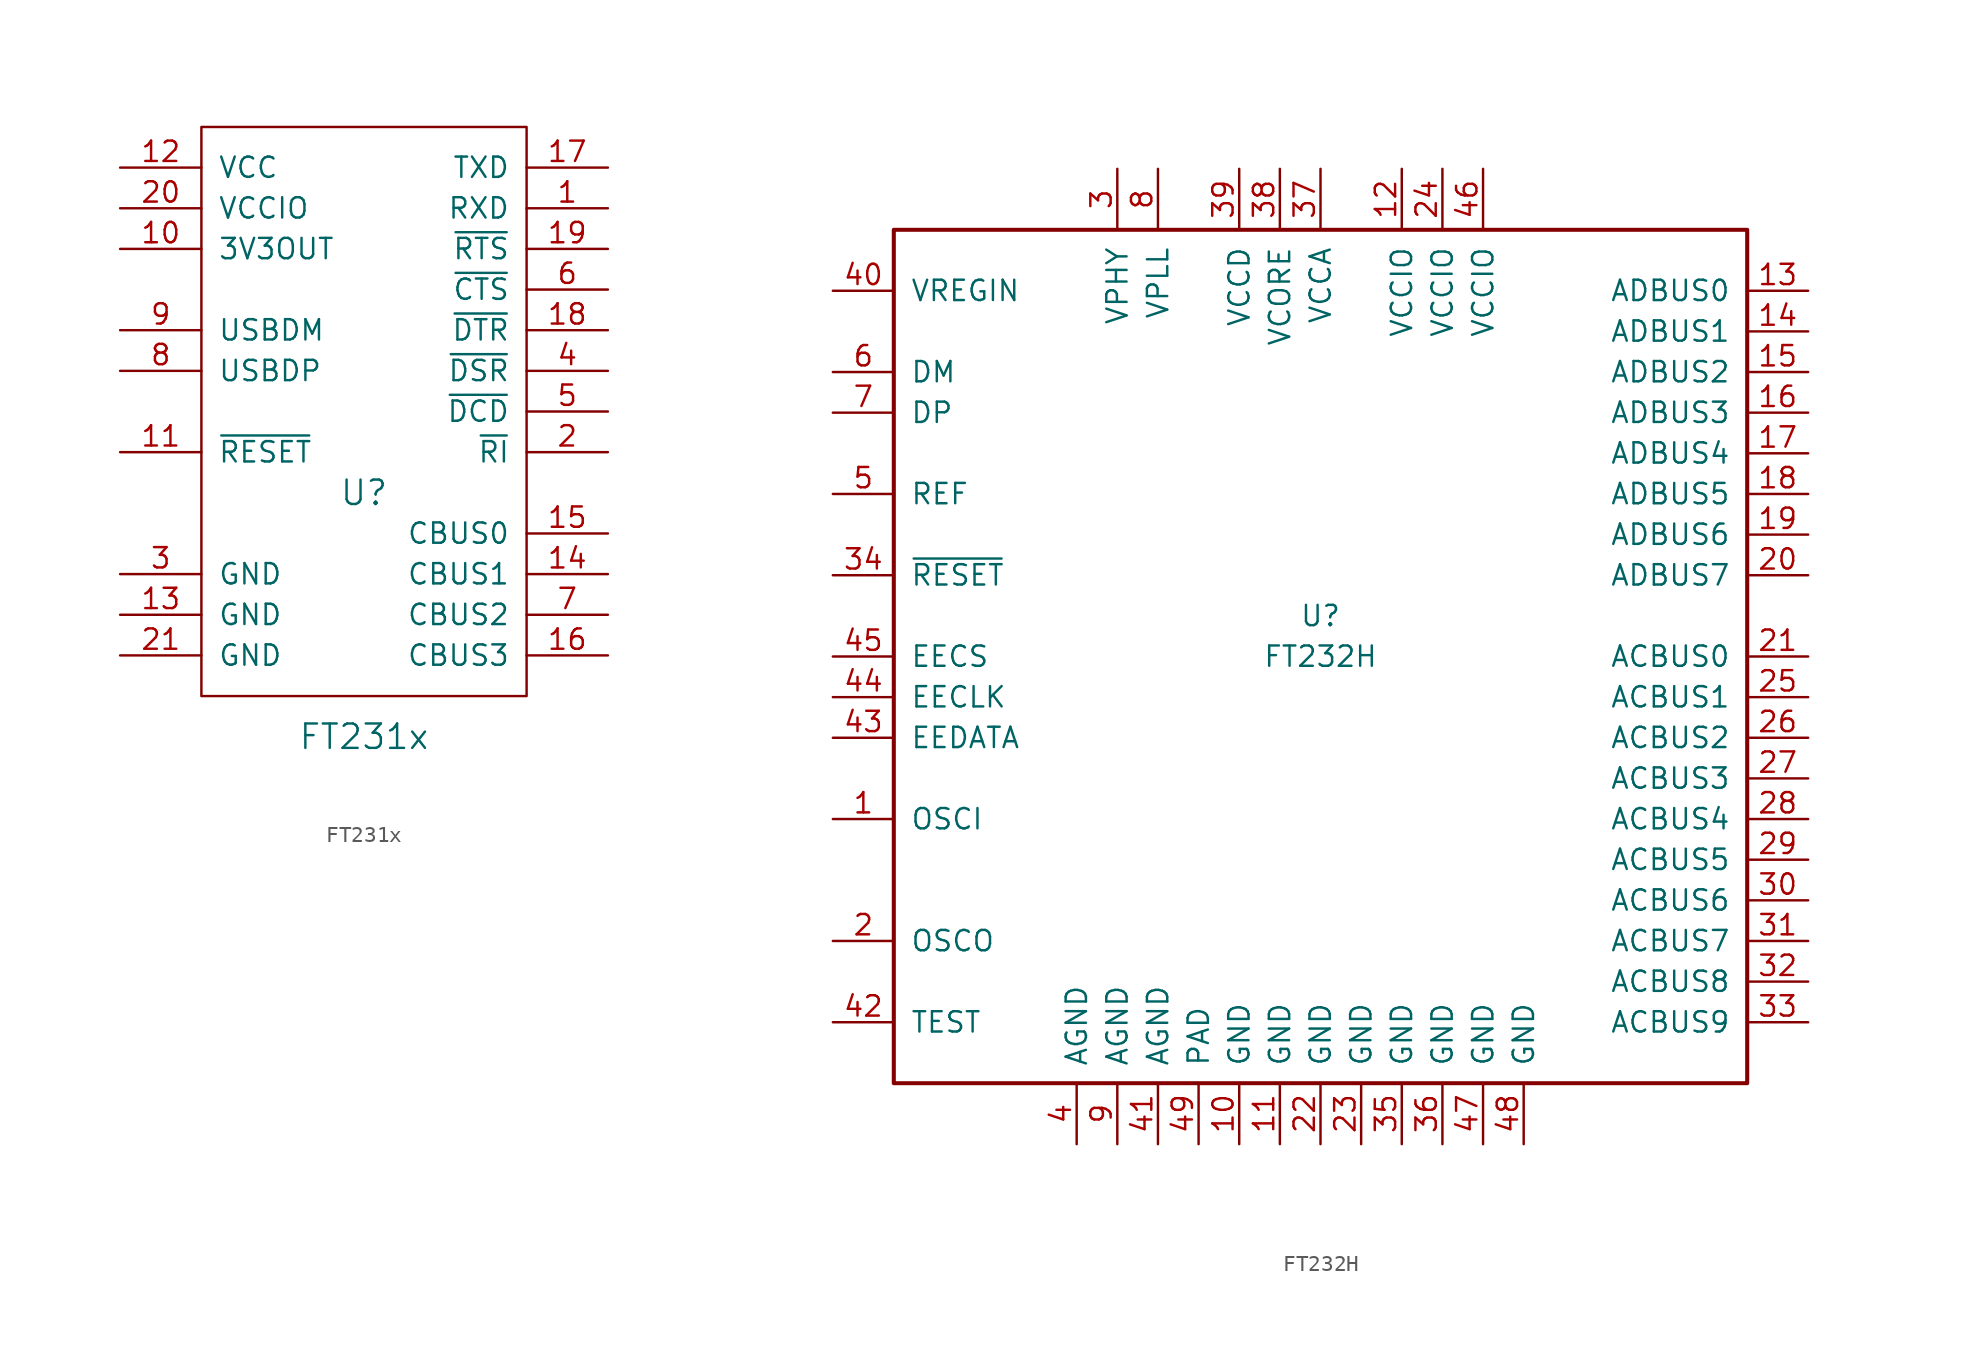
<source format=kicad_sym>
(kicad_symbol_lib
  (version 20211014)
  (generator kicad_symbol_editor)
  (symbol "FT231x"
    (pin_names
      (offset 1.016))
    (property "Reference" "U"
      (at 0 -5.08 0)
      (effects (font (size 1.524 1.524))))
    (property "Value" "FT231x"
      (at 0 -20.32 0)
      (effects (font (size 1.524 1.524))))
    (property "Footprint" ""
      (at 0 0 0)
      (effects (font (size 1.524 1.524))))
    (property "Datasheet" ""
      (at 0 0 0)
      (effects (font (size 1.524 1.524))))
    (symbol "FT231x_0_1"
      (rectangle (start -10.16 17.78) (end 10.16 -17.78) (stroke (width 0) (type default) (color 0 0 0 0)) (fill (type none))))
    (symbol "FT231x_1_1"
      (pin input line (at 15.24 12.7 180) (length 5.08) (name "RXD" (effects (font (size 1.27 1.27)))) (number "1" (effects (font (size 1.27 1.27)))))
      (pin input line (at -15.24 10.16 0) (length 5.08) (name "3V3OUT" (effects (font (size 1.27 1.27)))) (number "10" (effects (font (size 1.27 1.27)))))
      (pin input line (at -15.24 -2.54 0) (length 5.08) (name "~{RESET}" (effects (font (size 1.27 1.27)))) (number "11" (effects (font (size 1.27 1.27)))))
      (pin input line (at -15.24 15.24 0) (length 5.08) (name "VCC" (effects (font (size 1.27 1.27)))) (number "12" (effects (font (size 1.27 1.27)))))
      (pin input line (at -15.24 -12.7 0) (length 5.08) (name "GND" (effects (font (size 1.27 1.27)))) (number "13" (effects (font (size 1.27 1.27)))))
      (pin input line (at 15.24 -10.16 180) (length 5.08) (name "CBUS1" (effects (font (size 1.27 1.27)))) (number "14" (effects (font (size 1.27 1.27)))))
      (pin input line (at 15.24 -7.62 180) (length 5.08) (name "CBUS0" (effects (font (size 1.27 1.27)))) (number "15" (effects (font (size 1.27 1.27)))))
      (pin input line (at 15.24 -15.24 180) (length 5.08) (name "CBUS3" (effects (font (size 1.27 1.27)))) (number "16" (effects (font (size 1.27 1.27)))))
      (pin input line (at 15.24 15.24 180) (length 5.08) (name "TXD" (effects (font (size 1.27 1.27)))) (number "17" (effects (font (size 1.27 1.27)))))
      (pin input line (at 15.24 5.08 180) (length 5.08) (name "~{DTR}" (effects (font (size 1.27 1.27)))) (number "18" (effects (font (size 1.27 1.27)))))
      (pin input line (at 15.24 10.16 180) (length 5.08) (name "~{RTS}" (effects (font (size 1.27 1.27)))) (number "19" (effects (font (size 1.27 1.27)))))
      (pin input line (at 15.24 -2.54 180) (length 5.08) (name "~{RI}" (effects (font (size 1.27 1.27)))) (number "2" (effects (font (size 1.27 1.27)))))
      (pin input line (at -15.24 12.7 0) (length 5.08) (name "VCCIO" (effects (font (size 1.27 1.27)))) (number "20" (effects (font (size 1.27 1.27)))))
      (pin input line (at -15.24 -15.24 0) (length 5.08) (name "GND" (effects (font (size 1.27 1.27)))) (number "21" (effects (font (size 1.27 1.27)))))
      (pin input line (at -15.24 -10.16 0) (length 5.08) (name "GND" (effects (font (size 1.27 1.27)))) (number "3" (effects (font (size 1.27 1.27)))))
      (pin input line (at 15.24 2.54 180) (length 5.08) (name "~{DSR}" (effects (font (size 1.27 1.27)))) (number "4" (effects (font (size 1.27 1.27)))))
      (pin input line (at 15.24 0 180) (length 5.08) (name "~{DCD}" (effects (font (size 1.27 1.27)))) (number "5" (effects (font (size 1.27 1.27)))))
      (pin input line (at 15.24 7.62 180) (length 5.08) (name "~{CTS}" (effects (font (size 1.27 1.27)))) (number "6" (effects (font (size 1.27 1.27)))))
      (pin input line (at 15.24 -12.7 180) (length 5.08) (name "CBUS2" (effects (font (size 1.27 1.27)))) (number "7" (effects (font (size 1.27 1.27)))))
      (pin input line (at -15.24 2.54 0) (length 5.08) (name "USBDP" (effects (font (size 1.27 1.27)))) (number "8" (effects (font (size 1.27 1.27)))))
      (pin input line (at -15.24 5.08 0) (length 5.08) (name "USBDM" (effects (font (size 1.27 1.27)))) (number "9" (effects (font (size 1.27 1.27)))))))
  (symbol "FT232H"
    (pin_names
      (offset 1.016))
    (property "Reference" "U"
      (at 0 0 0)
      (effects (font (size 1.27 1.27))))
    (property "Value" "FT232H"
      (at 0 -2.54 0)
      (effects (font (size 1.27 1.27))))
    (symbol "FT232H_1_1"
      (rectangle (start -26.67 -29.21) (end 26.67 24.13) (stroke (width 0.254) (type default) (color 0 0 0 0)) (fill (type none)))
      (pin input line (at -30.48 -12.7 0) (length 3.81) (name "OSCI" (effects (font (size 1.27 1.27)))) (number "1" (effects (font (size 1.27 1.27)))))
      (pin power_in line (at -5.08 -33.02 90) (length 3.81) (name "GND" (effects (font (size 1.27 1.27)))) (number "10" (effects (font (size 1.27 1.27)))))
      (pin power_in line (at -2.54 -33.02 90) (length 3.81) (name "GND" (effects (font (size 1.27 1.27)))) (number "11" (effects (font (size 1.27 1.27)))))
      (pin power_in line (at 5.08 27.94 270) (length 3.81) (name "VCCIO" (effects (font (size 1.27 1.27)))) (number "12" (effects (font (size 1.27 1.27)))))
      (pin bidirectional line (at 30.48 20.32 180) (length 3.81) (name "ADBUS0" (effects (font (size 1.27 1.27)))) (number "13" (effects (font (size 1.27 1.27)))))
      (pin bidirectional line (at 30.48 17.78 180) (length 3.81) (name "ADBUS1" (effects (font (size 1.27 1.27)))) (number "14" (effects (font (size 1.27 1.27)))))
      (pin bidirectional line (at 30.48 15.24 180) (length 3.81) (name "ADBUS2" (effects (font (size 1.27 1.27)))) (number "15" (effects (font (size 1.27 1.27)))))
      (pin bidirectional line (at 30.48 12.7 180) (length 3.81) (name "ADBUS3" (effects (font (size 1.27 1.27)))) (number "16" (effects (font (size 1.27 1.27)))))
      (pin bidirectional line (at 30.48 10.16 180) (length 3.81) (name "ADBUS4" (effects (font (size 1.27 1.27)))) (number "17" (effects (font (size 1.27 1.27)))))
      (pin bidirectional line (at 30.48 7.62 180) (length 3.81) (name "ADBUS5" (effects (font (size 1.27 1.27)))) (number "18" (effects (font (size 1.27 1.27)))))
      (pin bidirectional line (at 30.48 5.08 180) (length 3.81) (name "ADBUS6" (effects (font (size 1.27 1.27)))) (number "19" (effects (font (size 1.27 1.27)))))
      (pin output line (at -30.48 -20.32 0) (length 3.81) (name "OSCO" (effects (font (size 1.27 1.27)))) (number "2" (effects (font (size 1.27 1.27)))))
      (pin bidirectional line (at 30.48 2.54 180) (length 3.81) (name "ADBUS7" (effects (font (size 1.27 1.27)))) (number "20" (effects (font (size 1.27 1.27)))))
      (pin bidirectional line (at 30.48 -2.54 180) (length 3.81) (name "ACBUS0" (effects (font (size 1.27 1.27)))) (number "21" (effects (font (size 1.27 1.27)))))
      (pin power_in line (at 0 -33.02 90) (length 3.81) (name "GND" (effects (font (size 1.27 1.27)))) (number "22" (effects (font (size 1.27 1.27)))))
      (pin power_in line (at 2.54 -33.02 90) (length 3.81) (name "GND" (effects (font (size 1.27 1.27)))) (number "23" (effects (font (size 1.27 1.27)))))
      (pin power_in line (at 7.62 27.94 270) (length 3.81) (name "VCCIO" (effects (font (size 1.27 1.27)))) (number "24" (effects (font (size 1.27 1.27)))))
      (pin bidirectional line (at 30.48 -5.08 180) (length 3.81) (name "ACBUS1" (effects (font (size 1.27 1.27)))) (number "25" (effects (font (size 1.27 1.27)))))
      (pin bidirectional line (at 30.48 -7.62 180) (length 3.81) (name "ACBUS2" (effects (font (size 1.27 1.27)))) (number "26" (effects (font (size 1.27 1.27)))))
      (pin bidirectional line (at 30.48 -10.16 180) (length 3.81) (name "ACBUS3" (effects (font (size 1.27 1.27)))) (number "27" (effects (font (size 1.27 1.27)))))
      (pin bidirectional line (at 30.48 -12.7 180) (length 3.81) (name "ACBUS4" (effects (font (size 1.27 1.27)))) (number "28" (effects (font (size 1.27 1.27)))))
      (pin bidirectional line (at 30.48 -15.24 180) (length 3.81) (name "ACBUS5" (effects (font (size 1.27 1.27)))) (number "29" (effects (font (size 1.27 1.27)))))
      (pin power_in line (at -12.7 27.94 270) (length 3.81) (name "VPHY" (effects (font (size 1.27 1.27)))) (number "3" (effects (font (size 1.27 1.27)))))
      (pin bidirectional line (at 30.48 -17.78 180) (length 3.81) (name "ACBUS6" (effects (font (size 1.27 1.27)))) (number "30" (effects (font (size 1.27 1.27)))))
      (pin bidirectional line (at 30.48 -20.32 180) (length 3.81) (name "ACBUS7" (effects (font (size 1.27 1.27)))) (number "31" (effects (font (size 1.27 1.27)))))
      (pin bidirectional line (at 30.48 -22.86 180) (length 3.81) (name "ACBUS8" (effects (font (size 1.27 1.27)))) (number "32" (effects (font (size 1.27 1.27)))))
      (pin bidirectional line (at 30.48 -25.4 180) (length 3.81) (name "ACBUS9" (effects (font (size 1.27 1.27)))) (number "33" (effects (font (size 1.27 1.27)))))
      (pin input line (at -30.48 2.54 0) (length 3.81) (name "~{RESET}" (effects (font (size 1.27 1.27)))) (number "34" (effects (font (size 1.27 1.27)))))
      (pin power_in line (at 5.08 -33.02 90) (length 3.81) (name "GND" (effects (font (size 1.27 1.27)))) (number "35" (effects (font (size 1.27 1.27)))))
      (pin power_in line (at 7.62 -33.02 90) (length 3.81) (name "GND" (effects (font (size 1.27 1.27)))) (number "36" (effects (font (size 1.27 1.27)))))
      (pin power_in line (at 0 27.94 270) (length 3.81) (name "VCCA" (effects (font (size 1.27 1.27)))) (number "37" (effects (font (size 1.27 1.27)))))
      (pin power_in line (at -2.54 27.94 270) (length 3.81) (name "VCORE" (effects (font (size 1.27 1.27)))) (number "38" (effects (font (size 1.27 1.27)))))
      (pin power_in line (at -5.08 27.94 270) (length 3.81) (name "VCCD" (effects (font (size 1.27 1.27)))) (number "39" (effects (font (size 1.27 1.27)))))
      (pin power_in line (at -15.24 -33.02 90) (length 3.81) (name "AGND" (effects (font (size 1.27 1.27)))) (number "4" (effects (font (size 1.27 1.27)))))
      (pin power_in line (at -30.48 20.32 0) (length 3.81) (name "VREGIN" (effects (font (size 1.27 1.27)))) (number "40" (effects (font (size 1.27 1.27)))))
      (pin power_in line (at -10.16 -33.02 90) (length 3.81) (name "AGND" (effects (font (size 1.27 1.27)))) (number "41" (effects (font (size 1.27 1.27)))))
      (pin input line (at -30.48 -25.4 0) (length 3.81) (name "TEST" (effects (font (size 1.27 1.27)))) (number "42" (effects (font (size 1.27 1.27)))))
      (pin bidirectional line (at -30.48 -7.62 0) (length 3.81) (name "EEDATA" (effects (font (size 1.27 1.27)))) (number "43" (effects (font (size 1.27 1.27)))))
      (pin output line (at -30.48 -5.08 0) (length 3.81) (name "EECLK" (effects (font (size 1.27 1.27)))) (number "44" (effects (font (size 1.27 1.27)))))
      (pin output line (at -30.48 -2.54 0) (length 3.81) (name "EECS" (effects (font (size 1.27 1.27)))) (number "45" (effects (font (size 1.27 1.27)))))
      (pin power_in line (at 10.16 27.94 270) (length 3.81) (name "VCCIO" (effects (font (size 1.27 1.27)))) (number "46" (effects (font (size 1.27 1.27)))))
      (pin power_in line (at 10.16 -33.02 90) (length 3.81) (name "GND" (effects (font (size 1.27 1.27)))) (number "47" (effects (font (size 1.27 1.27)))))
      (pin power_in line (at 12.7 -33.02 90) (length 3.81) (name "GND" (effects (font (size 1.27 1.27)))) (number "48" (effects (font (size 1.27 1.27)))))
      (pin passive line (at -7.62 -33.02 90) (length 3.81) (name "PAD" (effects (font (size 1.27 1.27)))) (number "49" (effects (font (size 1.27 1.27)))))
      (pin output line (at -30.48 7.62 0) (length 3.81) (name "REF" (effects (font (size 1.27 1.27)))) (number "5" (effects (font (size 1.27 1.27)))))
      (pin bidirectional line (at -30.48 15.24 0) (length 3.81) (name "DM" (effects (font (size 1.27 1.27)))) (number "6" (effects (font (size 1.27 1.27)))))
      (pin bidirectional line (at -30.48 12.7 0) (length 3.81) (name "DP" (effects (font (size 1.27 1.27)))) (number "7" (effects (font (size 1.27 1.27)))))
      (pin input line (at -10.16 27.94 270) (length 3.81) (name "VPLL" (effects (font (size 1.27 1.27)))) (number "8" (effects (font (size 1.27 1.27)))))
      (pin power_in line (at -12.7 -33.02 90) (length 3.81) (name "AGND" (effects (font (size 1.27 1.27)))) (number "9" (effects (font (size 1.27 1.27))))))))
</source>
